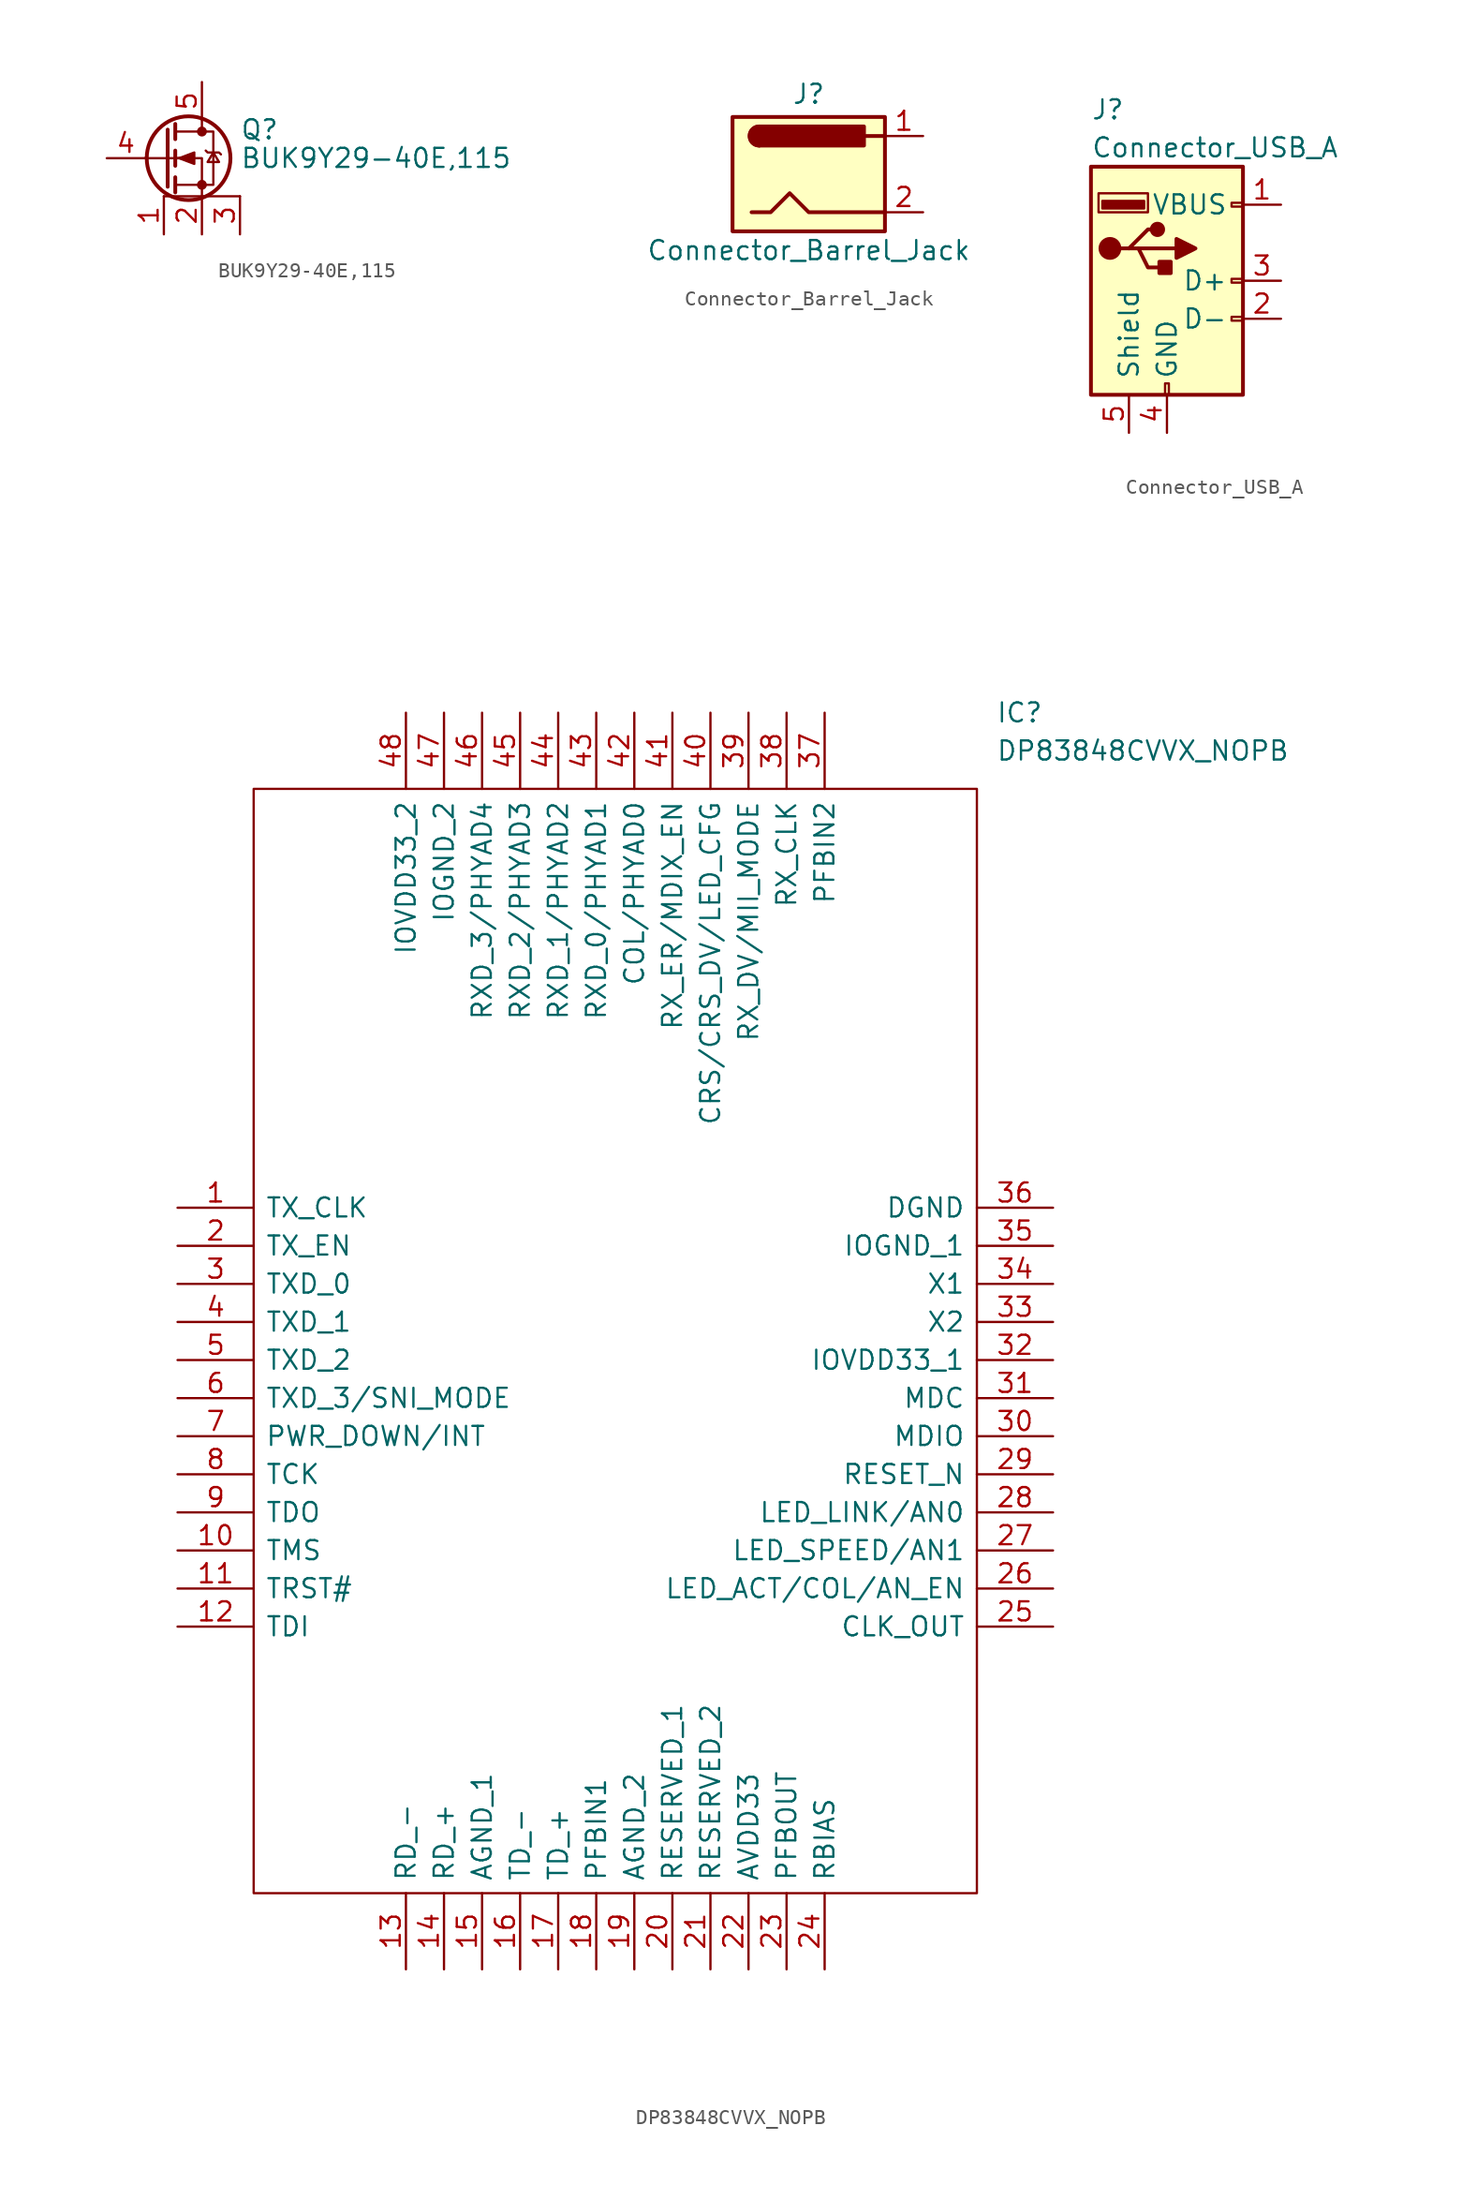
<source format=kicad_sym>
(kicad_symbol_lib
  (version 20231120)
  (generator "kicad_symbol_editor")
  (generator_version "8.0")
  (symbol "BUK9Y29-40E,115"
    (pin_names hide)
    (property "Reference" "Q"
      (at 5.08 1.905 0)
      (effects (font (size 1.27 1.27)) (justify left)))
    (property "Value" "BUK9Y29-40E,115"
      (at 5.08 0 0)
      (effects (font (size 1.27 1.27)) (justify left)))
    (symbol "BUK9Y29-40E,115_0_1"
      (polyline (pts (xy 0.254 1.905) (xy 0.254 -1.905)) (stroke (width 0.254) (type solid)) (fill (type none)))
      (polyline (pts (xy 0.762 -1.27) (xy 0.762 -2.286)) (stroke (width 0.254) (type solid)) (fill (type none)))
      (polyline (pts (xy 0.762 0.508) (xy 0.762 -0.508)) (stroke (width 0.254) (type solid)) (fill (type none)))
      (polyline (pts (xy 0.762 2.286) (xy 0.762 1.27)) (stroke (width 0.254) (type solid)) (fill (type none)))
      (polyline (pts (xy 2.54 2.54) (xy 2.54 1.778)) (stroke (width 0) (type solid)) (fill (type none)))
      (polyline (pts (xy -1.27 0) (xy 0 0) (xy 1.27 0)) (stroke (width 0) (type solid)) (fill (type none)))
      (polyline (pts (xy 2.54 -2.54) (xy 2.54 0) (xy 0.762 0)) (stroke (width 0) (type solid)) (fill (type none)))
      (polyline (pts (xy 0.762 -1.778) (xy 3.302 -1.778) (xy 3.302 1.778) (xy 0.762 1.778)) (stroke (width 0) (type solid)) (fill (type none)))
      (polyline (pts (xy 1.016 0) (xy 2.032 0.381) (xy 2.032 -0.381) (xy 1.016 0)) (stroke (width 0) (type solid)) (fill (type outline)))
      (polyline (pts (xy 2.794 0.508) (xy 2.921 0.381) (xy 3.683 0.381) (xy 3.81 0.254)) (stroke (width 0) (type solid)) (fill (type none)))
      (polyline (pts (xy 3.302 0.381) (xy 2.921 -0.254) (xy 3.683 -0.254) (xy 3.302 0.381)) (stroke (width 0) (type solid)) (fill (type none)))
      (polyline (pts (xy 5.08 -2.54) (xy 2.54 -2.54) (xy 0 -2.54) (xy 1.27 -2.54)) (stroke (width 0) (type solid)) (fill (type none)))
      (circle (center 1.651 0) (radius 2.794) (stroke (width 0.254) (type solid)) (fill (type none)))
      (circle (center 2.54 -1.778) (radius 0.254) (stroke (width 0) (type solid)) (fill (type outline)))
      (circle (center 2.54 1.778) (radius 0.254) (stroke (width 0) (type solid)) (fill (type outline))))
    (symbol "BUK9Y29-40E,115_1_1"
      (pin passive line (at 0 -5.08 90) (length 2.54) (name "S" (effects (font (size 1.27 1.27)))) (number "1" (effects (font (size 1.27 1.27)))))
      (pin passive line (at 2.54 -5.08 90) (length 2.54) (name "S" (effects (font (size 1.27 1.27)))) (number "2" (effects (font (size 1.27 1.27)))))
      (pin passive line (at 5.08 -5.08 90) (length 2.54) (name "S" (effects (font (size 1.27 1.27)))) (number "3" (effects (font (size 1.27 1.27)))))
      (pin input line (at -3.81 0 0) (length 2.54) (name "G" (effects (font (size 1.27 1.27)))) (number "4" (effects (font (size 1.27 1.27)))))
      (pin passive line (at 2.54 5.08 270) (length 2.54) (name "D" (effects (font (size 1.27 1.27)))) (number "5" (effects (font (size 1.27 1.27)))))))
  (symbol "Connector_Barrel_Jack"
    (pin_names
      (offset 1.016))
    (property "Reference" "J"
      (at 0 5.334 0)
      (effects (font (size 1.27 1.27))))
    (property "Value" "Connector_Barrel_Jack"
      (at 0 -5.08 0)
      (effects (font (size 1.27 1.27))))
    (symbol "Connector_Barrel_Jack_0_1"
      (rectangle (start -5.08 3.81) (end 5.08 -3.81) (stroke (width 0.254) (type solid)) (fill (type background)))
      (arc (start -3.302 3.175) (mid -3.937 2.54) (end -3.302 1.905) (stroke (width 0.254) (type solid)) (fill (type none)))
      (arc (start -3.302 3.175) (mid -3.937 2.54) (end -3.302 1.905) (stroke (width 0.254) (type solid)) (fill (type outline)))
      (polyline (pts (xy 5.08 2.54) (xy 3.81 2.54)) (stroke (width 0.254) (type solid)) (fill (type none)))
      (polyline (pts (xy -3.81 -2.54) (xy -2.54 -2.54) (xy -1.27 -1.27) (xy 0 -2.54) (xy 2.54 -2.54) (xy 5.08 -2.54)) (stroke (width 0.254) (type solid)) (fill (type none)))
      (rectangle (start 3.683 3.175) (end -3.302 1.905) (stroke (width 0.254) (type solid)) (fill (type outline))))
    (symbol "Connector_Barrel_Jack_1_1"
      (pin passive line (at 7.62 2.54 180) (length 2.54) (name "~" (effects (font (size 1.27 1.27)))) (number "1" (effects (font (size 1.27 1.27)))))
      (pin passive line (at 7.62 -2.54 180) (length 2.54) (name "~" (effects (font (size 1.27 1.27)))) (number "2" (effects (font (size 1.27 1.27)))))))
  (symbol "Connector_USB_A"
    (pin_names
      (offset 1.016))
    (property "Reference" "J"
      (at -5.08 11.43 0)
      (effects (font (size 1.27 1.27)) (justify left)))
    (property "Value" "Connector_USB_A"
      (at -5.08 8.89 0)
      (effects (font (size 1.27 1.27)) (justify left)))
    (symbol "Connector_USB_A_0_1"
      (rectangle (start -5.08 -7.62) (end 5.08 7.62) (stroke (width 0.254) (type solid)) (fill (type background)))
      (circle (center -3.81 2.159) (radius 0.635) (stroke (width 0.254) (type solid)) (fill (type outline)))
      (rectangle (start -1.524 4.826) (end -4.318 5.334) (stroke (width 0) (type solid)) (fill (type outline)))
      (rectangle (start -1.27 4.572) (end -4.572 5.842) (stroke (width 0) (type solid)) (fill (type none)))
      (circle (center -0.635 3.429) (radius 0.381) (stroke (width 0.254) (type solid)) (fill (type outline)))
      (rectangle (start -0.127 -7.62) (end 0.127 -6.858) (stroke (width 0) (type solid)) (fill (type none)))
      (polyline (pts (xy -3.175 2.159) (xy -2.54 2.159) (xy -1.27 3.429) (xy -0.635 3.429)) (stroke (width 0.254) (type solid)) (fill (type none)))
      (polyline (pts (xy -2.54 2.159) (xy -1.905 2.159) (xy -1.27 0.889) (xy 0 0.889)) (stroke (width 0.254) (type solid)) (fill (type none)))
      (polyline (pts (xy 0.635 2.794) (xy 0.635 1.524) (xy 1.905 2.159) (xy 0.635 2.794)) (stroke (width 0.254) (type solid)) (fill (type outline)))
      (rectangle (start 0.254 1.27) (end -0.508 0.508) (stroke (width 0.254) (type solid)) (fill (type outline)))
      (rectangle (start 5.08 -2.667) (end 4.318 -2.413) (stroke (width 0) (type solid)) (fill (type none)))
      (rectangle (start 5.08 -0.127) (end 4.318 0.127) (stroke (width 0) (type solid)) (fill (type none)))
      (rectangle (start 5.08 4.953) (end 4.318 5.207) (stroke (width 0) (type solid)) (fill (type none))))
    (symbol "Connector_USB_A_1_1"
      (polyline (pts (xy -1.905 2.159) (xy 0.635 2.159)) (stroke (width 0.254) (type solid)) (fill (type none)))
      (pin power_in line (at 7.62 5.08 180) (length 2.54) (name "VBUS" (effects (font (size 1.27 1.27)))) (number "1" (effects (font (size 1.27 1.27)))))
      (pin passive line (at 7.62 -2.54 180) (length 2.54) (name "D-" (effects (font (size 1.27 1.27)))) (number "2" (effects (font (size 1.27 1.27)))))
      (pin passive line (at 7.62 0 180) (length 2.54) (name "D+" (effects (font (size 1.27 1.27)))) (number "3" (effects (font (size 1.27 1.27)))))
      (pin power_in line (at 0 -10.16 90) (length 2.54) (name "GND" (effects (font (size 1.27 1.27)))) (number "4" (effects (font (size 1.27 1.27)))))
      (pin passive line (at -2.54 -10.16 90) (length 2.54) (name "Shield" (effects (font (size 1.27 1.27)))) (number "5" (effects (font (size 1.27 1.27)))))))
  (symbol "DP83848CVVX_NOPB"
    (pin_names
      (offset 0.762))
    (property "Reference" "IC"
      (at 54.61 33.02 0)
      (effects (font (size 1.27 1.27)) (justify left)))
    (property "Value" "DP83848CVVX_NOPB"
      (at 54.61 30.48 0)
      (effects (font (size 1.27 1.27)) (justify left)))
    (symbol "DP83848CVVX_NOPB_0_0"
      (pin passive line (at 0 0 0) (length 5.08) (name "TX_CLK" (effects (font (size 1.27 1.27)))) (number "1" (effects (font (size 1.27 1.27)))))
      (pin passive line (at 0 -22.86 0) (length 5.08) (name "TMS" (effects (font (size 1.27 1.27)))) (number "10" (effects (font (size 1.27 1.27)))))
      (pin passive line (at 0 -25.4 0) (length 5.08) (name "TRST#" (effects (font (size 1.27 1.27)))) (number "11" (effects (font (size 1.27 1.27)))))
      (pin passive line (at 0 -27.94 0) (length 5.08) (name "TDI" (effects (font (size 1.27 1.27)))) (number "12" (effects (font (size 1.27 1.27)))))
      (pin passive line (at 15.24 -50.8 90) (length 5.08) (name "RD_-" (effects (font (size 1.27 1.27)))) (number "13" (effects (font (size 1.27 1.27)))))
      (pin passive line (at 17.78 -50.8 90) (length 5.08) (name "RD_+" (effects (font (size 1.27 1.27)))) (number "14" (effects (font (size 1.27 1.27)))))
      (pin passive line (at 20.32 -50.8 90) (length 5.08) (name "AGND_1" (effects (font (size 1.27 1.27)))) (number "15" (effects (font (size 1.27 1.27)))))
      (pin passive line (at 22.86 -50.8 90) (length 5.08) (name "TD_-" (effects (font (size 1.27 1.27)))) (number "16" (effects (font (size 1.27 1.27)))))
      (pin passive line (at 25.4 -50.8 90) (length 5.08) (name "TD_+" (effects (font (size 1.27 1.27)))) (number "17" (effects (font (size 1.27 1.27)))))
      (pin passive line (at 27.94 -50.8 90) (length 5.08) (name "PFBIN1" (effects (font (size 1.27 1.27)))) (number "18" (effects (font (size 1.27 1.27)))))
      (pin passive line (at 30.48 -50.8 90) (length 5.08) (name "AGND_2" (effects (font (size 1.27 1.27)))) (number "19" (effects (font (size 1.27 1.27)))))
      (pin passive line (at 0 -2.54 0) (length 5.08) (name "TX_EN" (effects (font (size 1.27 1.27)))) (number "2" (effects (font (size 1.27 1.27)))))
      (pin passive line (at 33.02 -50.8 90) (length 5.08) (name "RESERVED_1" (effects (font (size 1.27 1.27)))) (number "20" (effects (font (size 1.27 1.27)))))
      (pin passive line (at 35.56 -50.8 90) (length 5.08) (name "RESERVED_2" (effects (font (size 1.27 1.27)))) (number "21" (effects (font (size 1.27 1.27)))))
      (pin passive line (at 38.1 -50.8 90) (length 5.08) (name "AVDD33" (effects (font (size 1.27 1.27)))) (number "22" (effects (font (size 1.27 1.27)))))
      (pin passive line (at 40.64 -50.8 90) (length 5.08) (name "PFBOUT" (effects (font (size 1.27 1.27)))) (number "23" (effects (font (size 1.27 1.27)))))
      (pin passive line (at 43.18 -50.8 90) (length 5.08) (name "RBIAS" (effects (font (size 1.27 1.27)))) (number "24" (effects (font (size 1.27 1.27)))))
      (pin passive line (at 58.42 -27.94 180) (length 5.08) (name "CLK_OUT" (effects (font (size 1.27 1.27)))) (number "25" (effects (font (size 1.27 1.27)))))
      (pin passive line (at 58.42 -25.4 180) (length 5.08) (name "LED_ACT/COL/AN_EN" (effects (font (size 1.27 1.27)))) (number "26" (effects (font (size 1.27 1.27)))))
      (pin passive line (at 58.42 -22.86 180) (length 5.08) (name "LED_SPEED/AN1" (effects (font (size 1.27 1.27)))) (number "27" (effects (font (size 1.27 1.27)))))
      (pin passive line (at 58.42 -20.32 180) (length 5.08) (name "LED_LINK/AN0" (effects (font (size 1.27 1.27)))) (number "28" (effects (font (size 1.27 1.27)))))
      (pin passive line (at 58.42 -17.78 180) (length 5.08) (name "RESET_N" (effects (font (size 1.27 1.27)))) (number "29" (effects (font (size 1.27 1.27)))))
      (pin passive line (at 0 -5.08 0) (length 5.08) (name "TXD_0" (effects (font (size 1.27 1.27)))) (number "3" (effects (font (size 1.27 1.27)))))
      (pin passive line (at 58.42 -15.24 180) (length 5.08) (name "MDIO" (effects (font (size 1.27 1.27)))) (number "30" (effects (font (size 1.27 1.27)))))
      (pin passive line (at 58.42 -12.7 180) (length 5.08) (name "MDC" (effects (font (size 1.27 1.27)))) (number "31" (effects (font (size 1.27 1.27)))))
      (pin passive line (at 58.42 -10.16 180) (length 5.08) (name "IOVDD33_1" (effects (font (size 1.27 1.27)))) (number "32" (effects (font (size 1.27 1.27)))))
      (pin passive line (at 58.42 -7.62 180) (length 5.08) (name "X2" (effects (font (size 1.27 1.27)))) (number "33" (effects (font (size 1.27 1.27)))))
      (pin passive line (at 58.42 -5.08 180) (length 5.08) (name "X1" (effects (font (size 1.27 1.27)))) (number "34" (effects (font (size 1.27 1.27)))))
      (pin passive line (at 58.42 -2.54 180) (length 5.08) (name "IOGND_1" (effects (font (size 1.27 1.27)))) (number "35" (effects (font (size 1.27 1.27)))))
      (pin passive line (at 58.42 0 180) (length 5.08) (name "DGND" (effects (font (size 1.27 1.27)))) (number "36" (effects (font (size 1.27 1.27)))))
      (pin passive line (at 43.18 33.02 270) (length 5.08) (name "PFBIN2" (effects (font (size 1.27 1.27)))) (number "37" (effects (font (size 1.27 1.27)))))
      (pin passive line (at 40.64 33.02 270) (length 5.08) (name "RX_CLK" (effects (font (size 1.27 1.27)))) (number "38" (effects (font (size 1.27 1.27)))))
      (pin passive line (at 38.1 33.02 270) (length 5.08) (name "RX_DV/MII_MODE" (effects (font (size 1.27 1.27)))) (number "39" (effects (font (size 1.27 1.27)))))
      (pin passive line (at 0 -7.62 0) (length 5.08) (name "TXD_1" (effects (font (size 1.27 1.27)))) (number "4" (effects (font (size 1.27 1.27)))))
      (pin passive line (at 35.56 33.02 270) (length 5.08) (name "CRS/CRS_DV/LED_CFG" (effects (font (size 1.27 1.27)))) (number "40" (effects (font (size 1.27 1.27)))))
      (pin passive line (at 33.02 33.02 270) (length 5.08) (name "RX_ER/MDIX_EN" (effects (font (size 1.27 1.27)))) (number "41" (effects (font (size 1.27 1.27)))))
      (pin passive line (at 30.48 33.02 270) (length 5.08) (name "COL/PHYAD0" (effects (font (size 1.27 1.27)))) (number "42" (effects (font (size 1.27 1.27)))))
      (pin passive line (at 27.94 33.02 270) (length 5.08) (name "RXD_0/PHYAD1" (effects (font (size 1.27 1.27)))) (number "43" (effects (font (size 1.27 1.27)))))
      (pin passive line (at 25.4 33.02 270) (length 5.08) (name "RXD_1/PHYAD2" (effects (font (size 1.27 1.27)))) (number "44" (effects (font (size 1.27 1.27)))))
      (pin passive line (at 22.86 33.02 270) (length 5.08) (name "RXD_2/PHYAD3" (effects (font (size 1.27 1.27)))) (number "45" (effects (font (size 1.27 1.27)))))
      (pin passive line (at 20.32 33.02 270) (length 5.08) (name "RXD_3/PHYAD4" (effects (font (size 1.27 1.27)))) (number "46" (effects (font (size 1.27 1.27)))))
      (pin passive line (at 17.78 33.02 270) (length 5.08) (name "IOGND_2" (effects (font (size 1.27 1.27)))) (number "47" (effects (font (size 1.27 1.27)))))
      (pin passive line (at 15.24 33.02 270) (length 5.08) (name "IOVDD33_2" (effects (font (size 1.27 1.27)))) (number "48" (effects (font (size 1.27 1.27)))))
      (pin passive line (at 0 -10.16 0) (length 5.08) (name "TXD_2" (effects (font (size 1.27 1.27)))) (number "5" (effects (font (size 1.27 1.27)))))
      (pin passive line (at 0 -12.7 0) (length 5.08) (name "TXD_3/SNI_MODE" (effects (font (size 1.27 1.27)))) (number "6" (effects (font (size 1.27 1.27)))))
      (pin passive line (at 0 -15.24 0) (length 5.08) (name "PWR_DOWN/INT" (effects (font (size 1.27 1.27)))) (number "7" (effects (font (size 1.27 1.27)))))
      (pin passive line (at 0 -17.78 0) (length 5.08) (name "TCK" (effects (font (size 1.27 1.27)))) (number "8" (effects (font (size 1.27 1.27)))))
      (pin passive line (at 0 -20.32 0) (length 5.08) (name "TDO" (effects (font (size 1.27 1.27)))) (number "9" (effects (font (size 1.27 1.27))))))
    (symbol "DP83848CVVX_NOPB_0_1"
      (polyline (pts (xy 5.08 27.94) (xy 53.34 27.94) (xy 53.34 -45.72) (xy 5.08 -45.72) (xy 5.08 27.94)) (stroke (width 0.152) (type solid)) (fill (type none))))))
</source>
